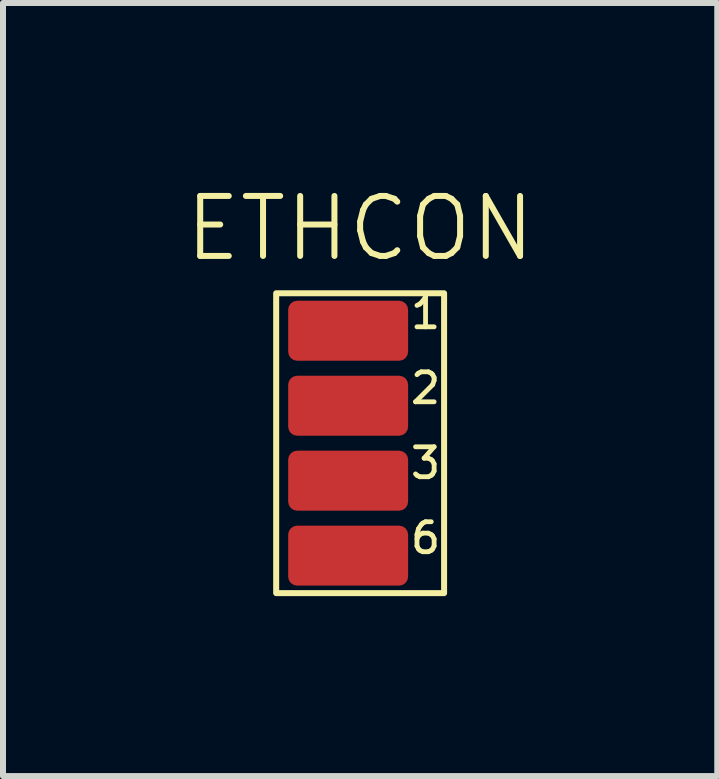
<source format=kicad_pcb>
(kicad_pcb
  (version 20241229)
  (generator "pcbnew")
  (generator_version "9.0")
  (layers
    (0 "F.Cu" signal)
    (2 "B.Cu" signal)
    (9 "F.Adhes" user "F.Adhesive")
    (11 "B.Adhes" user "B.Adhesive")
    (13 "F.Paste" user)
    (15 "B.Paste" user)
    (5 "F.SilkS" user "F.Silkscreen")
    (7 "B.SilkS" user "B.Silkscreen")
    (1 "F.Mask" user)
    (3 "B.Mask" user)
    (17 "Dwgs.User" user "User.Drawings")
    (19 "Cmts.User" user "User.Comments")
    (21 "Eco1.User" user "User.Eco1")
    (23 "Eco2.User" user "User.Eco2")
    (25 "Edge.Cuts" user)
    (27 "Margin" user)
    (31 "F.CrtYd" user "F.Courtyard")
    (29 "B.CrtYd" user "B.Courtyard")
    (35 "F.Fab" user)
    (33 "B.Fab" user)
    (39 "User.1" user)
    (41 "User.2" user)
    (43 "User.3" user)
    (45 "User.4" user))
  (footprint "ETHCON"
    (layer "F.Cu")
    (at 2.755 4.34)
    (property "Reference" "ETHCON" (at 0.2 -3.58 0) (unlocked yes) (layer "F.SilkS") (effects (font (size 1 1) (thickness 0.1))))
    (attr smd)
    (fp_rect (start -1.2 -2.5) (end 1.6 2.5) (stroke (width 0.1) (type default)) (fill no) (layer "F.SilkS"))
    (fp_text user "1" (at 1 -1.875 0) (unlocked yes) (layer "F.SilkS") (effects (font (size 0.5 0.5) (thickness 0.08)) (justify left bottom)))
    (fp_text user "6" (at 1 1.875 0) (unlocked yes) (layer "F.SilkS") (effects (font (size 0.5 0.5) (thickness 0.08)) (justify left bottom)))
    (fp_text user "3" (at 1 0.625 0) (unlocked yes) (layer "F.SilkS") (effects (font (size 0.5 0.5) (thickness 0.08)) (justify left bottom)))
    (fp_text user "2" (at 1 -0.625 0) (unlocked yes) (layer "F.SilkS") (effects (font (size 0.5 0.5) (thickness 0.08)) (justify left bottom)))
    (pad "1" smd roundrect (at 0 -1.875) (size 2 1) (layers "F.Cu" "F.Mask" "F.Paste") (roundrect_rratio 0.15))
    (pad "2" smd roundrect (at 0 -0.625) (size 2 1) (layers "F.Cu" "F.Mask" "F.Paste") (roundrect_rratio 0.15))
    (pad "3" smd roundrect (at 0 0.625) (size 2 1) (layers "F.Cu" "F.Mask" "F.Paste") (roundrect_rratio 0.15))
    (pad "4" smd roundrect (at 0 1.875) (size 2 1) (layers "F.Cu" "F.Mask" "F.Paste") (roundrect_rratio 0.15)))
  (gr_rect
    (start -3 -3)
    (end 8.91 9.89)
    (stroke (width 0.1) (type default))
    (fill no)
    (layer "Edge.Cuts")))
</source>
